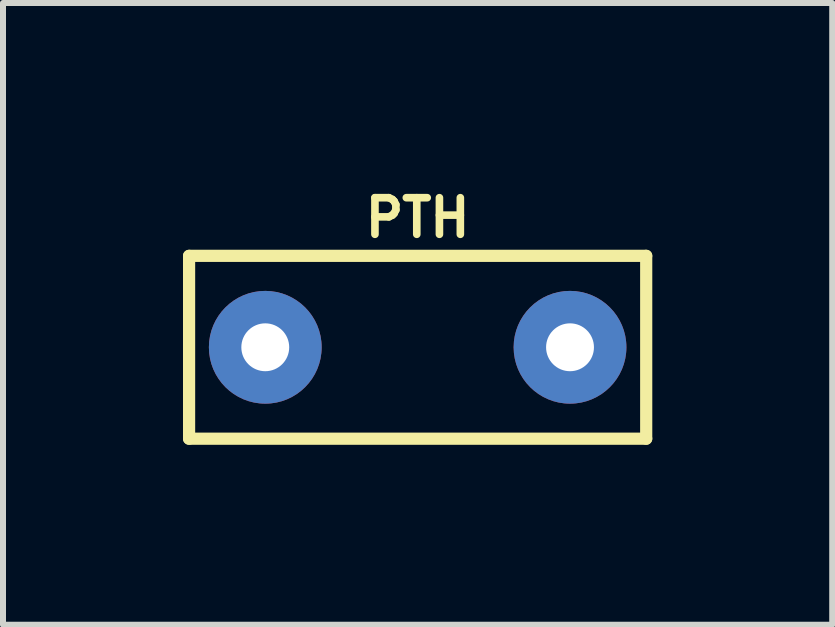
<source format=kicad_pcb>
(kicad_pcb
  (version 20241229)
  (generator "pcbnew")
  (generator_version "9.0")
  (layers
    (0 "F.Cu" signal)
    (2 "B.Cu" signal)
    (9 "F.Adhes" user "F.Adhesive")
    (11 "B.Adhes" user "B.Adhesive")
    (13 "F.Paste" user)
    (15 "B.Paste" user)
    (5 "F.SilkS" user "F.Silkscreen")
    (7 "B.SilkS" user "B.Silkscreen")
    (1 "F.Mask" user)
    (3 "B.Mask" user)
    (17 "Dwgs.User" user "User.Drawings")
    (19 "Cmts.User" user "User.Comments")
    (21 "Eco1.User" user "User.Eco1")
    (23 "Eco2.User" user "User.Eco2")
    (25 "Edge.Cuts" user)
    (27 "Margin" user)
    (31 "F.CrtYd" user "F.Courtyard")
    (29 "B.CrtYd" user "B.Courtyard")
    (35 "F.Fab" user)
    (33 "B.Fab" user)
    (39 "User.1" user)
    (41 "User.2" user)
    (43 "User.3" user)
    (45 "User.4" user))
  (footprint "PTH"
    (layer "F.Cu")
    (at 3.912 2.739)
    (property "Reference" "PTH" (at 0 -2.159 0) (layer "F.SilkS") (effects (font (size 0.61 0.61) (thickness 0.127))))
    (attr exclude_from_pos_files exclude_from_bom)
    (fp_line (start -3.81 -1.524) (end 3.81 -1.524) (stroke (width 0.203) (type solid)) (layer "F.SilkS"))
    (fp_line (start -3.81 1.524) (end -3.81 -1.524) (stroke (width 0.203) (type solid)) (layer "F.SilkS"))
    (fp_line (start 3.81 -1.524) (end 3.81 1.524) (stroke (width 0.203) (type solid)) (layer "F.SilkS"))
    (fp_line (start 3.81 1.524) (end -3.81 1.524) (stroke (width 0.203) (type solid)) (layer "F.SilkS"))
    (pad "P$1" thru_hole circle (at -2.54 0) (size 1.88 1.88) (drill 0.798) (layers "*.Cu" "*.Mask"))
    (pad "P$2" thru_hole circle (at 2.54 0) (size 1.88 1.88) (drill 0.798) (layers "*.Cu" "*.Mask")))
  (gr_rect
    (start -3 -3)
    (end 10.823 7.364)
    (stroke (width 0.1) (type default))
    (fill no)
    (layer "Edge.Cuts")))
</source>
